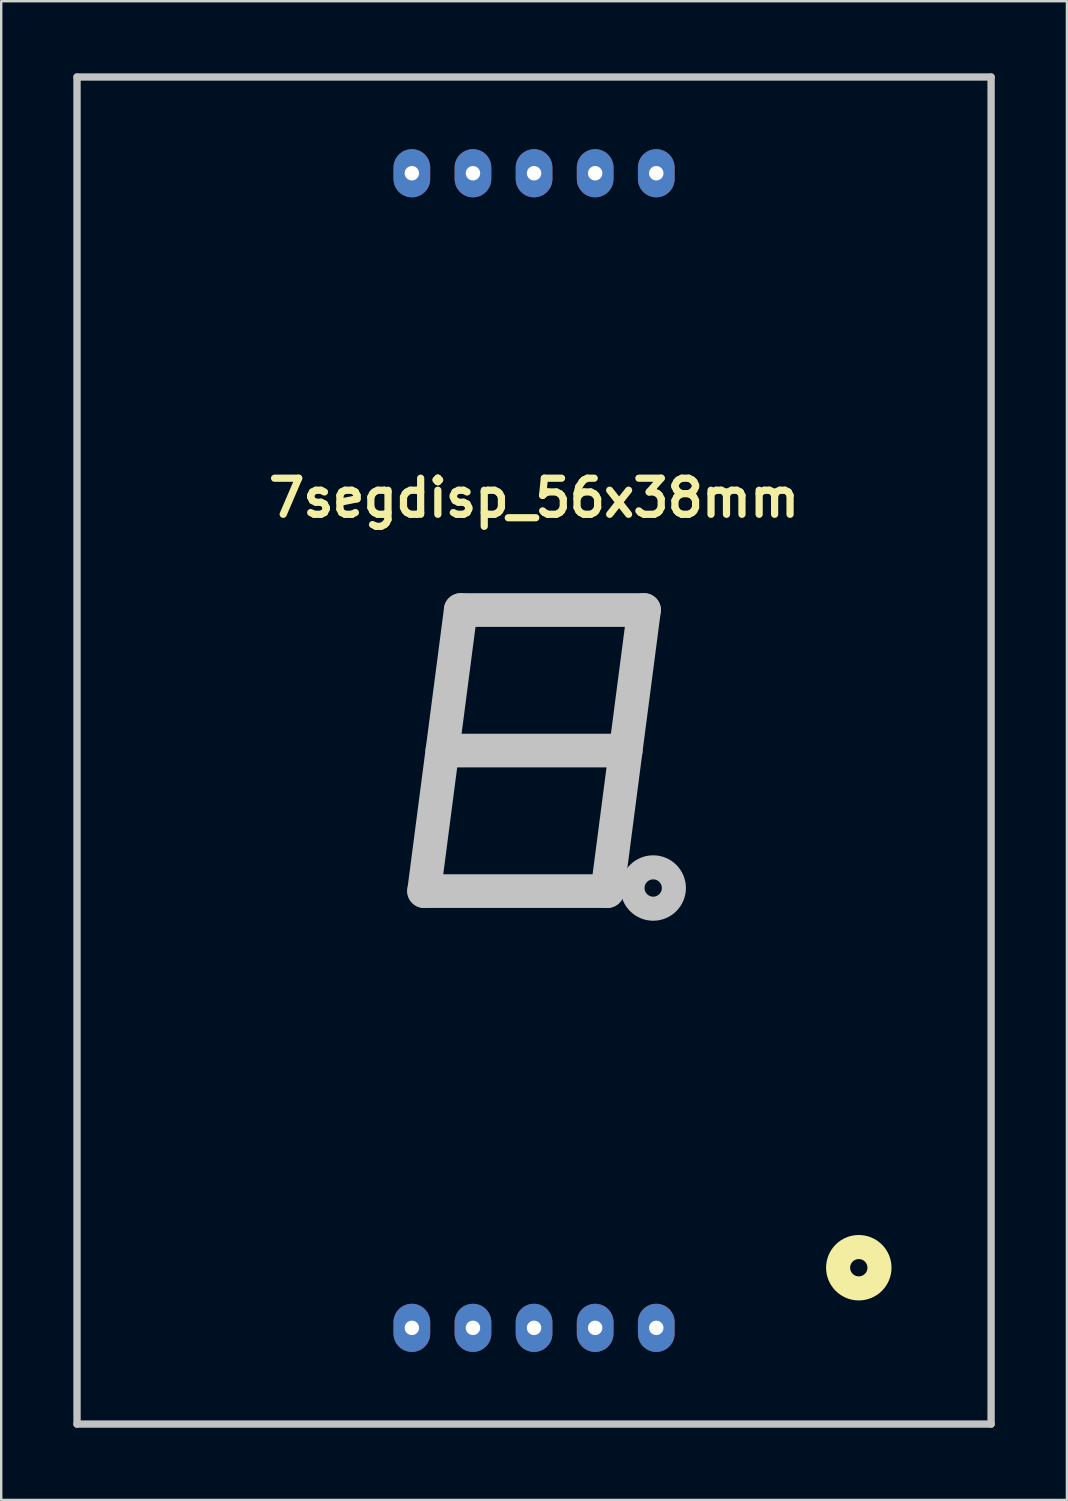
<source format=kicad_pcb>
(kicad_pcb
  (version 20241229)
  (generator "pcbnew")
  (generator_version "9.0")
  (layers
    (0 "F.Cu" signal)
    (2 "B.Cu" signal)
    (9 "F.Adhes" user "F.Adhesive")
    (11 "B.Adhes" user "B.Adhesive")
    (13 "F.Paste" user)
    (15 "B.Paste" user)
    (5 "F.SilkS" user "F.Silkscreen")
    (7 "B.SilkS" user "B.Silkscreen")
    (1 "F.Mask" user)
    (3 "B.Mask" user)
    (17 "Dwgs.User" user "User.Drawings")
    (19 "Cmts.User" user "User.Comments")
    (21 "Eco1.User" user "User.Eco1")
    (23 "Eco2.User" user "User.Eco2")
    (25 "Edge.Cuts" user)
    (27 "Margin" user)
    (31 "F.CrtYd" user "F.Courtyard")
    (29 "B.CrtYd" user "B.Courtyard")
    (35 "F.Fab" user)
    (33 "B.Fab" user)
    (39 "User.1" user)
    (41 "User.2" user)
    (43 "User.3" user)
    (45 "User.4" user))
  (footprint "7segdisp_56x38mm"
    (layer "F.Cu")
    (at 19.152 28.152)
    (property "Reference" "7segdisp_56x38mm" (at 0 -10.5 0) (layer "F.SilkS") (effects (font (size 1.5 1.5) (thickness 0.3))))
    (attr through_hole)
    (fp_circle (center 13.5 21.5) (end 13.754 21.246) (stroke (width 1.001) (type solid)) (fill no) (layer "F.SilkS"))
    (fp_line (start -19 28) (end -19 -28) (stroke (width 0.305) (type solid)) (layer "Dwgs.User"))
    (fp_line (start -4.572 5.842) (end 3.048 5.842) (stroke (width 1.4) (type solid)) (layer "Dwgs.User"))
    (fp_line (start -3.048 -5.842) (end -4.572 5.842) (stroke (width 1.4) (type solid)) (layer "Dwgs.User"))
    (fp_line (start 3.048 5.842) (end 4.572 -5.842) (stroke (width 1.4) (type solid)) (layer "Dwgs.User"))
    (fp_line (start 3.81 0) (end -3.81 0) (stroke (width 1.4) (type solid)) (layer "Dwgs.User"))
    (fp_line (start 4.572 -5.842) (end -3.048 -5.842) (stroke (width 1.4) (type solid)) (layer "Dwgs.User"))
    (fp_line (start 19 -28) (end -19 -28) (stroke (width 0.305) (type solid)) (layer "Dwgs.User"))
    (fp_line (start 19 28) (end -19 28) (stroke (width 0.305) (type solid)) (layer "Dwgs.User"))
    (fp_line (start 19 28) (end 19 -28) (stroke (width 0.305) (type solid)) (layer "Dwgs.User"))
    (fp_circle (center 4.953 5.715) (end 5.207 5.461) (stroke (width 1.001) (type solid)) (fill no) (layer "Dwgs.User"))
    (pad "1" thru_hole oval (at -5.08 24) (size 1.524 2) (drill 0.6) (layers "*.Cu" "*.Mask"))
    (pad "2" thru_hole oval (at -2.54 24) (size 1.524 2) (drill 0.6) (layers "*.Cu" "*.Mask"))
    (pad "3" thru_hole oval (at 0 24) (size 1.524 2) (drill 0.6) (layers "*.Cu" "*.Mask"))
    (pad "4" thru_hole oval (at 2.54 24) (size 1.524 2) (drill 0.6) (layers "*.Cu" "*.Mask"))
    (pad "5" thru_hole oval (at 5.08 24) (size 1.524 2) (drill 0.6) (layers "*.Cu" "*.Mask"))
    (pad "6" thru_hole oval (at 5.08 -24) (size 1.524 2) (drill 0.6) (layers "*.Cu" "*.Mask"))
    (pad "7" thru_hole oval (at 2.54 -24) (size 1.524 2) (drill 0.6) (layers "*.Cu" "*.Mask"))
    (pad "8" thru_hole oval (at 0 -24) (size 1.524 2) (drill 0.6) (layers "*.Cu" "*.Mask"))
    (pad "9" thru_hole oval (at -2.54 -24) (size 1.524 2) (drill 0.6) (layers "*.Cu" "*.Mask"))
    (pad "10" thru_hole oval (at -5.08 -24) (size 1.524 2) (drill 0.6) (layers "*.Cu" "*.Mask")))
  (gr_rect
    (start -3 -3)
    (end 41.305 59.305)
    (stroke (width 0.1) (type default))
    (fill no)
    (layer "Edge.Cuts")))
</source>
